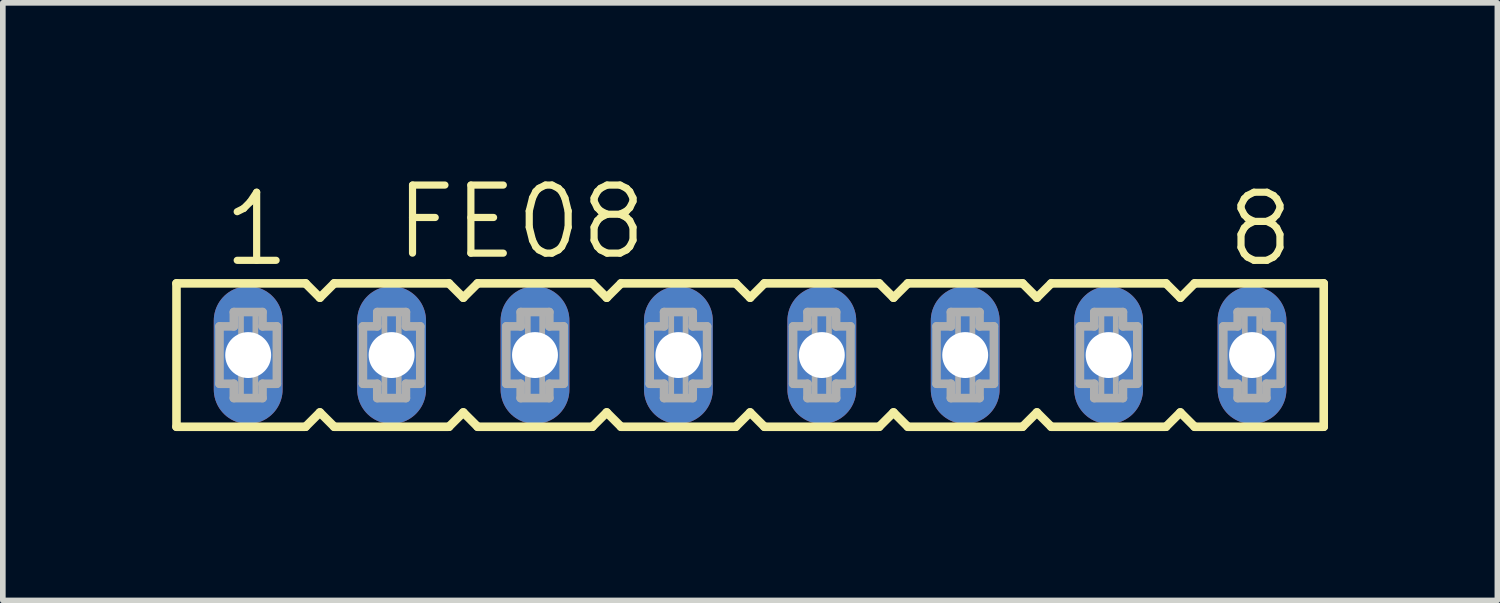
<source format=kicad_pcb>
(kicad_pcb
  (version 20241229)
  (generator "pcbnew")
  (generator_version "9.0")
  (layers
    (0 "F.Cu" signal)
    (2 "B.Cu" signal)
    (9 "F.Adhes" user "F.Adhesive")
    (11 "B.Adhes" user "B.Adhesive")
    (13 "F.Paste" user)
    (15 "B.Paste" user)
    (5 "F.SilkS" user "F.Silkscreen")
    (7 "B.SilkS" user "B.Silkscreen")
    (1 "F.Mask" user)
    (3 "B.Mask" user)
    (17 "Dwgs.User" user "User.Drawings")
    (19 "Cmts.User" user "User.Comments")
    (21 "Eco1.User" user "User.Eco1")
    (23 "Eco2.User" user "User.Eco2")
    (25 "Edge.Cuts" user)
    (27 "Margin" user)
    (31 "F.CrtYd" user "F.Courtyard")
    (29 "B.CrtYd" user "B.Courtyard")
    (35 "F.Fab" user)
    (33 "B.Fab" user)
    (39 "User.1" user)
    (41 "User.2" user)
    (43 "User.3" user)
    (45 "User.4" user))
  (footprint "FE08"
    (layer "F.Cu")
    (at 10.236 3.239)
    (property "Reference" "FE08" (at -6.35 -1.651 0) (layer "F.SilkS") (effects (font (size 1.206 1.206) (thickness 0.127)) (justify left bottom)))
    (attr through_hole)
    (fp_line (start -10.16 -1.27) (end -10.16 1.27) (stroke (width 0.152) (type solid)) (layer "F.SilkS"))
    (fp_line (start -10.16 1.27) (end -7.874 1.27) (stroke (width 0.152) (type solid)) (layer "F.SilkS"))
    (fp_line (start -7.874 -1.27) (end -10.16 -1.27) (stroke (width 0.152) (type solid)) (layer "F.SilkS"))
    (fp_line (start -7.874 1.27) (end -7.62 1.016) (stroke (width 0.152) (type solid)) (layer "F.SilkS"))
    (fp_line (start -7.62 -1.016) (end -7.874 -1.27) (stroke (width 0.152) (type solid)) (layer "F.SilkS"))
    (fp_line (start -7.62 1.016) (end -7.366 1.27) (stroke (width 0.152) (type solid)) (layer "F.SilkS"))
    (fp_line (start -7.366 -1.27) (end -7.62 -1.016) (stroke (width 0.152) (type solid)) (layer "F.SilkS"))
    (fp_line (start -7.366 1.27) (end -5.334 1.27) (stroke (width 0.152) (type solid)) (layer "F.SilkS"))
    (fp_line (start -5.334 -1.27) (end -7.366 -1.27) (stroke (width 0.152) (type solid)) (layer "F.SilkS"))
    (fp_line (start -5.334 1.27) (end -5.08 1.016) (stroke (width 0.152) (type solid)) (layer "F.SilkS"))
    (fp_line (start -5.08 -1.016) (end -5.334 -1.27) (stroke (width 0.152) (type solid)) (layer "F.SilkS"))
    (fp_line (start -5.08 1.016) (end -4.826 1.27) (stroke (width 0.152) (type solid)) (layer "F.SilkS"))
    (fp_line (start -4.826 -1.27) (end -5.08 -1.016) (stroke (width 0.152) (type solid)) (layer "F.SilkS"))
    (fp_line (start -4.826 1.27) (end -2.794 1.27) (stroke (width 0.152) (type solid)) (layer "F.SilkS"))
    (fp_line (start -2.794 -1.27) (end -4.826 -1.27) (stroke (width 0.152) (type solid)) (layer "F.SilkS"))
    (fp_line (start -2.794 1.27) (end -2.54 1.016) (stroke (width 0.152) (type solid)) (layer "F.SilkS"))
    (fp_line (start -2.54 -1.016) (end -2.794 -1.27) (stroke (width 0.152) (type solid)) (layer "F.SilkS"))
    (fp_line (start -2.54 1.016) (end -2.286 1.27) (stroke (width 0.152) (type solid)) (layer "F.SilkS"))
    (fp_line (start -2.286 -1.27) (end -2.54 -1.016) (stroke (width 0.152) (type solid)) (layer "F.SilkS"))
    (fp_line (start -2.286 1.27) (end -0.254 1.27) (stroke (width 0.152) (type solid)) (layer "F.SilkS"))
    (fp_line (start -0.254 -1.27) (end -2.286 -1.27) (stroke (width 0.152) (type solid)) (layer "F.SilkS"))
    (fp_line (start -0.254 1.27) (end 0 1.016) (stroke (width 0.152) (type solid)) (layer "F.SilkS"))
    (fp_line (start 0 -1.016) (end -0.254 -1.27) (stroke (width 0.152) (type solid)) (layer "F.SilkS"))
    (fp_line (start 0 1.016) (end 0.254 1.27) (stroke (width 0.152) (type solid)) (layer "F.SilkS"))
    (fp_line (start 0.254 -1.27) (end 0 -1.016) (stroke (width 0.152) (type solid)) (layer "F.SilkS"))
    (fp_line (start 0.254 1.27) (end 2.286 1.27) (stroke (width 0.152) (type solid)) (layer "F.SilkS"))
    (fp_line (start 2.286 -1.27) (end 0.254 -1.27) (stroke (width 0.152) (type solid)) (layer "F.SilkS"))
    (fp_line (start 2.286 1.27) (end 2.54 1.016) (stroke (width 0.152) (type solid)) (layer "F.SilkS"))
    (fp_line (start 2.54 -1.016) (end 2.286 -1.27) (stroke (width 0.152) (type solid)) (layer "F.SilkS"))
    (fp_line (start 2.54 1.016) (end 2.794 1.27) (stroke (width 0.152) (type solid)) (layer "F.SilkS"))
    (fp_line (start 2.794 -1.27) (end 2.54 -1.016) (stroke (width 0.152) (type solid)) (layer "F.SilkS"))
    (fp_line (start 2.794 1.27) (end 4.826 1.27) (stroke (width 0.152) (type solid)) (layer "F.SilkS"))
    (fp_line (start 4.826 -1.27) (end 2.794 -1.27) (stroke (width 0.152) (type solid)) (layer "F.SilkS"))
    (fp_line (start 4.826 1.27) (end 5.08 1.016) (stroke (width 0.152) (type solid)) (layer "F.SilkS"))
    (fp_line (start 5.08 -1.016) (end 4.826 -1.27) (stroke (width 0.152) (type solid)) (layer "F.SilkS"))
    (fp_line (start 5.08 1.016) (end 5.334 1.27) (stroke (width 0.152) (type solid)) (layer "F.SilkS"))
    (fp_line (start 5.334 -1.27) (end 5.08 -1.016) (stroke (width 0.152) (type solid)) (layer "F.SilkS"))
    (fp_line (start 5.334 1.27) (end 7.366 1.27) (stroke (width 0.152) (type solid)) (layer "F.SilkS"))
    (fp_line (start 7.366 -1.27) (end 5.334 -1.27) (stroke (width 0.152) (type solid)) (layer "F.SilkS"))
    (fp_line (start 7.366 1.27) (end 7.62 1.016) (stroke (width 0.152) (type solid)) (layer "F.SilkS"))
    (fp_line (start 7.62 -1.016) (end 7.366 -1.27) (stroke (width 0.152) (type solid)) (layer "F.SilkS"))
    (fp_line (start 7.62 1.016) (end 7.874 1.27) (stroke (width 0.152) (type solid)) (layer "F.SilkS"))
    (fp_line (start 7.874 -1.27) (end 7.62 -1.016) (stroke (width 0.152) (type solid)) (layer "F.SilkS"))
    (fp_line (start 7.874 1.27) (end 10.16 1.27) (stroke (width 0.152) (type solid)) (layer "F.SilkS"))
    (fp_line (start 10.16 -1.27) (end 7.874 -1.27) (stroke (width 0.152) (type solid)) (layer "F.SilkS"))
    (fp_line (start 10.16 1.27) (end 10.16 -1.27) (stroke (width 0.152) (type solid)) (layer "F.SilkS"))
    (fp_line (start -9.398 -0.508) (end -9.398 0.508) (stroke (width 0.152) (type solid)) (layer "F.Fab"))
    (fp_line (start -9.398 0.508) (end -9.144 0.508) (stroke (width 0.152) (type solid)) (layer "F.Fab"))
    (fp_line (start -9.144 -0.762) (end -9.144 -0.508) (stroke (width 0.152) (type solid)) (layer "F.Fab"))
    (fp_line (start -9.144 -0.508) (end -9.398 -0.508) (stroke (width 0.152) (type solid)) (layer "F.Fab"))
    (fp_line (start -9.144 0.508) (end -9.144 0.762) (stroke (width 0.152) (type solid)) (layer "F.Fab"))
    (fp_line (start -9.144 0.762) (end -8.636 0.762) (stroke (width 0.152) (type solid)) (layer "F.Fab"))
    (fp_line (start -8.636 -0.762) (end -9.144 -0.762) (stroke (width 0.152) (type solid)) (layer "F.Fab"))
    (fp_line (start -8.636 -0.508) (end -8.636 -0.762) (stroke (width 0.152) (type solid)) (layer "F.Fab"))
    (fp_line (start -8.636 0.508) (end -8.382 0.508) (stroke (width 0.152) (type solid)) (layer "F.Fab"))
    (fp_line (start -8.636 0.762) (end -8.636 0.508) (stroke (width 0.152) (type solid)) (layer "F.Fab"))
    (fp_line (start -8.382 -0.508) (end -8.636 -0.508) (stroke (width 0.152) (type solid)) (layer "F.Fab"))
    (fp_line (start -8.382 0.508) (end -8.382 -0.508) (stroke (width 0.152) (type solid)) (layer "F.Fab"))
    (fp_line (start -6.858 -0.508) (end -6.858 0.508) (stroke (width 0.152) (type solid)) (layer "F.Fab"))
    (fp_line (start -6.858 0.508) (end -6.604 0.508) (stroke (width 0.152) (type solid)) (layer "F.Fab"))
    (fp_line (start -6.604 -0.762) (end -6.604 -0.508) (stroke (width 0.152) (type solid)) (layer "F.Fab"))
    (fp_line (start -6.604 -0.508) (end -6.858 -0.508) (stroke (width 0.152) (type solid)) (layer "F.Fab"))
    (fp_line (start -6.604 0.508) (end -6.604 0.762) (stroke (width 0.152) (type solid)) (layer "F.Fab"))
    (fp_line (start -6.604 0.762) (end -6.096 0.762) (stroke (width 0.152) (type solid)) (layer "F.Fab"))
    (fp_line (start -6.096 -0.762) (end -6.604 -0.762) (stroke (width 0.152) (type solid)) (layer "F.Fab"))
    (fp_line (start -6.096 -0.508) (end -6.096 -0.762) (stroke (width 0.152) (type solid)) (layer "F.Fab"))
    (fp_line (start -6.096 0.508) (end -5.842 0.508) (stroke (width 0.152) (type solid)) (layer "F.Fab"))
    (fp_line (start -6.096 0.762) (end -6.096 0.508) (stroke (width 0.152) (type solid)) (layer "F.Fab"))
    (fp_line (start -5.842 -0.508) (end -6.096 -0.508) (stroke (width 0.152) (type solid)) (layer "F.Fab"))
    (fp_line (start -5.842 0.508) (end -5.842 -0.508) (stroke (width 0.152) (type solid)) (layer "F.Fab"))
    (fp_line (start -4.318 -0.508) (end -4.318 0.508) (stroke (width 0.152) (type solid)) (layer "F.Fab"))
    (fp_line (start -4.318 0.508) (end -4.064 0.508) (stroke (width 0.152) (type solid)) (layer "F.Fab"))
    (fp_line (start -4.064 -0.762) (end -4.064 -0.508) (stroke (width 0.152) (type solid)) (layer "F.Fab"))
    (fp_line (start -4.064 -0.508) (end -4.318 -0.508) (stroke (width 0.152) (type solid)) (layer "F.Fab"))
    (fp_line (start -4.064 0.508) (end -4.064 0.762) (stroke (width 0.152) (type solid)) (layer "F.Fab"))
    (fp_line (start -4.064 0.762) (end -3.556 0.762) (stroke (width 0.152) (type solid)) (layer "F.Fab"))
    (fp_line (start -3.556 -0.762) (end -4.064 -0.762) (stroke (width 0.152) (type solid)) (layer "F.Fab"))
    (fp_line (start -3.556 -0.508) (end -3.556 -0.762) (stroke (width 0.152) (type solid)) (layer "F.Fab"))
    (fp_line (start -3.556 0.508) (end -3.302 0.508) (stroke (width 0.152) (type solid)) (layer "F.Fab"))
    (fp_line (start -3.556 0.762) (end -3.556 0.508) (stroke (width 0.152) (type solid)) (layer "F.Fab"))
    (fp_line (start -3.302 -0.508) (end -3.556 -0.508) (stroke (width 0.152) (type solid)) (layer "F.Fab"))
    (fp_line (start -3.302 0.508) (end -3.302 -0.508) (stroke (width 0.152) (type solid)) (layer "F.Fab"))
    (fp_line (start -1.778 -0.508) (end -1.778 0.508) (stroke (width 0.152) (type solid)) (layer "F.Fab"))
    (fp_line (start -1.778 0.508) (end -1.524 0.508) (stroke (width 0.152) (type solid)) (layer "F.Fab"))
    (fp_line (start -1.524 -0.762) (end -1.524 -0.508) (stroke (width 0.152) (type solid)) (layer "F.Fab"))
    (fp_line (start -1.524 -0.508) (end -1.778 -0.508) (stroke (width 0.152) (type solid)) (layer "F.Fab"))
    (fp_line (start -1.524 0.508) (end -1.524 0.762) (stroke (width 0.152) (type solid)) (layer "F.Fab"))
    (fp_line (start -1.524 0.762) (end -1.016 0.762) (stroke (width 0.152) (type solid)) (layer "F.Fab"))
    (fp_line (start -1.016 -0.762) (end -1.524 -0.762) (stroke (width 0.152) (type solid)) (layer "F.Fab"))
    (fp_line (start -1.016 -0.508) (end -1.016 -0.762) (stroke (width 0.152) (type solid)) (layer "F.Fab"))
    (fp_line (start -1.016 0.508) (end -0.762 0.508) (stroke (width 0.152) (type solid)) (layer "F.Fab"))
    (fp_line (start -1.016 0.762) (end -1.016 0.508) (stroke (width 0.152) (type solid)) (layer "F.Fab"))
    (fp_line (start -0.762 -0.508) (end -1.016 -0.508) (stroke (width 0.152) (type solid)) (layer "F.Fab"))
    (fp_line (start -0.762 0.508) (end -0.762 -0.508) (stroke (width 0.152) (type solid)) (layer "F.Fab"))
    (fp_line (start 0.762 -0.508) (end 0.762 0.508) (stroke (width 0.152) (type solid)) (layer "F.Fab"))
    (fp_line (start 0.762 0.508) (end 1.016 0.508) (stroke (width 0.152) (type solid)) (layer "F.Fab"))
    (fp_line (start 1.016 -0.762) (end 1.016 -0.508) (stroke (width 0.152) (type solid)) (layer "F.Fab"))
    (fp_line (start 1.016 -0.508) (end 0.762 -0.508) (stroke (width 0.152) (type solid)) (layer "F.Fab"))
    (fp_line (start 1.016 0.508) (end 1.016 0.762) (stroke (width 0.152) (type solid)) (layer "F.Fab"))
    (fp_line (start 1.016 0.762) (end 1.524 0.762) (stroke (width 0.152) (type solid)) (layer "F.Fab"))
    (fp_line (start 1.524 -0.762) (end 1.016 -0.762) (stroke (width 0.152) (type solid)) (layer "F.Fab"))
    (fp_line (start 1.524 -0.508) (end 1.524 -0.762) (stroke (width 0.152) (type solid)) (layer "F.Fab"))
    (fp_line (start 1.524 0.508) (end 1.778 0.508) (stroke (width 0.152) (type solid)) (layer "F.Fab"))
    (fp_line (start 1.524 0.762) (end 1.524 0.508) (stroke (width 0.152) (type solid)) (layer "F.Fab"))
    (fp_line (start 1.778 -0.508) (end 1.524 -0.508) (stroke (width 0.152) (type solid)) (layer "F.Fab"))
    (fp_line (start 1.778 0.508) (end 1.778 -0.508) (stroke (width 0.152) (type solid)) (layer "F.Fab"))
    (fp_line (start 3.302 -0.508) (end 3.302 0.508) (stroke (width 0.152) (type solid)) (layer "F.Fab"))
    (fp_line (start 3.302 0.508) (end 3.556 0.508) (stroke (width 0.152) (type solid)) (layer "F.Fab"))
    (fp_line (start 3.556 -0.762) (end 3.556 -0.508) (stroke (width 0.152) (type solid)) (layer "F.Fab"))
    (fp_line (start 3.556 -0.508) (end 3.302 -0.508) (stroke (width 0.152) (type solid)) (layer "F.Fab"))
    (fp_line (start 3.556 0.508) (end 3.556 0.762) (stroke (width 0.152) (type solid)) (layer "F.Fab"))
    (fp_line (start 3.556 0.762) (end 4.064 0.762) (stroke (width 0.152) (type solid)) (layer "F.Fab"))
    (fp_line (start 4.064 -0.762) (end 3.556 -0.762) (stroke (width 0.152) (type solid)) (layer "F.Fab"))
    (fp_line (start 4.064 -0.508) (end 4.064 -0.762) (stroke (width 0.152) (type solid)) (layer "F.Fab"))
    (fp_line (start 4.064 0.508) (end 4.318 0.508) (stroke (width 0.152) (type solid)) (layer "F.Fab"))
    (fp_line (start 4.064 0.762) (end 4.064 0.508) (stroke (width 0.152) (type solid)) (layer "F.Fab"))
    (fp_line (start 4.318 -0.508) (end 4.064 -0.508) (stroke (width 0.152) (type solid)) (layer "F.Fab"))
    (fp_line (start 4.318 0.508) (end 4.318 -0.508) (stroke (width 0.152) (type solid)) (layer "F.Fab"))
    (fp_line (start 5.842 -0.508) (end 5.842 0.508) (stroke (width 0.152) (type solid)) (layer "F.Fab"))
    (fp_line (start 5.842 0.508) (end 6.096 0.508) (stroke (width 0.152) (type solid)) (layer "F.Fab"))
    (fp_line (start 6.096 -0.762) (end 6.096 -0.508) (stroke (width 0.152) (type solid)) (layer "F.Fab"))
    (fp_line (start 6.096 -0.508) (end 5.842 -0.508) (stroke (width 0.152) (type solid)) (layer "F.Fab"))
    (fp_line (start 6.096 0.508) (end 6.096 0.762) (stroke (width 0.152) (type solid)) (layer "F.Fab"))
    (fp_line (start 6.096 0.762) (end 6.604 0.762) (stroke (width 0.152) (type solid)) (layer "F.Fab"))
    (fp_line (start 6.604 -0.762) (end 6.096 -0.762) (stroke (width 0.152) (type solid)) (layer "F.Fab"))
    (fp_line (start 6.604 -0.508) (end 6.604 -0.762) (stroke (width 0.152) (type solid)) (layer "F.Fab"))
    (fp_line (start 6.604 0.508) (end 6.858 0.508) (stroke (width 0.152) (type solid)) (layer "F.Fab"))
    (fp_line (start 6.604 0.762) (end 6.604 0.508) (stroke (width 0.152) (type solid)) (layer "F.Fab"))
    (fp_line (start 6.858 -0.508) (end 6.604 -0.508) (stroke (width 0.152) (type solid)) (layer "F.Fab"))
    (fp_line (start 6.858 0.508) (end 6.858 -0.508) (stroke (width 0.152) (type solid)) (layer "F.Fab"))
    (fp_line (start 8.382 -0.508) (end 8.382 0.508) (stroke (width 0.152) (type solid)) (layer "F.Fab"))
    (fp_line (start 8.382 0.508) (end 8.636 0.508) (stroke (width 0.152) (type solid)) (layer "F.Fab"))
    (fp_line (start 8.636 -0.762) (end 8.636 -0.508) (stroke (width 0.152) (type solid)) (layer "F.Fab"))
    (fp_line (start 8.636 -0.508) (end 8.382 -0.508) (stroke (width 0.152) (type solid)) (layer "F.Fab"))
    (fp_line (start 8.636 0.508) (end 8.636 0.762) (stroke (width 0.152) (type solid)) (layer "F.Fab"))
    (fp_line (start 8.636 0.762) (end 9.144 0.762) (stroke (width 0.152) (type solid)) (layer "F.Fab"))
    (fp_line (start 9.144 -0.762) (end 8.636 -0.762) (stroke (width 0.152) (type solid)) (layer "F.Fab"))
    (fp_line (start 9.144 -0.508) (end 9.144 -0.762) (stroke (width 0.152) (type solid)) (layer "F.Fab"))
    (fp_line (start 9.144 0.508) (end 9.398 0.508) (stroke (width 0.152) (type solid)) (layer "F.Fab"))
    (fp_line (start 9.144 0.762) (end 9.144 0.508) (stroke (width 0.152) (type solid)) (layer "F.Fab"))
    (fp_line (start 9.398 -0.508) (end 9.144 -0.508) (stroke (width 0.152) (type solid)) (layer "F.Fab"))
    (fp_line (start 9.398 0.508) (end 9.398 -0.508) (stroke (width 0.152) (type solid)) (layer "F.Fab"))
    (fp_poly (pts (xy -9.017 -0.254) (xy -8.763 -0.254) (xy -8.763 -0.762) (xy -9.017 -0.762)) (stroke (width 0.1) (type solid)) (fill no) (layer "F.Fab"))
    (fp_poly (pts (xy -9.017 0.762) (xy -8.763 0.762) (xy -8.763 0.254) (xy -9.017 0.254)) (stroke (width 0.1) (type solid)) (fill no) (layer "F.Fab"))
    (fp_poly (pts (xy -6.477 -0.254) (xy -6.223 -0.254) (xy -6.223 -0.762) (xy -6.477 -0.762)) (stroke (width 0.1) (type solid)) (fill no) (layer "F.Fab"))
    (fp_poly (pts (xy -6.477 0.762) (xy -6.223 0.762) (xy -6.223 0.254) (xy -6.477 0.254)) (stroke (width 0.1) (type solid)) (fill no) (layer "F.Fab"))
    (fp_poly (pts (xy -3.937 -0.254) (xy -3.683 -0.254) (xy -3.683 -0.762) (xy -3.937 -0.762)) (stroke (width 0.1) (type solid)) (fill no) (layer "F.Fab"))
    (fp_poly (pts (xy -3.937 0.762) (xy -3.683 0.762) (xy -3.683 0.254) (xy -3.937 0.254)) (stroke (width 0.1) (type solid)) (fill no) (layer "F.Fab"))
    (fp_poly (pts (xy -1.397 -0.254) (xy -1.143 -0.254) (xy -1.143 -0.762) (xy -1.397 -0.762)) (stroke (width 0.1) (type solid)) (fill no) (layer "F.Fab"))
    (fp_poly (pts (xy -1.397 0.762) (xy -1.143 0.762) (xy -1.143 0.254) (xy -1.397 0.254)) (stroke (width 0.1) (type solid)) (fill no) (layer "F.Fab"))
    (fp_poly (pts (xy 1.143 -0.254) (xy 1.397 -0.254) (xy 1.397 -0.762) (xy 1.143 -0.762)) (stroke (width 0.1) (type solid)) (fill no) (layer "F.Fab"))
    (fp_poly (pts (xy 1.143 0.762) (xy 1.397 0.762) (xy 1.397 0.254) (xy 1.143 0.254)) (stroke (width 0.1) (type solid)) (fill no) (layer "F.Fab"))
    (fp_poly (pts (xy 3.683 -0.254) (xy 3.937 -0.254) (xy 3.937 -0.762) (xy 3.683 -0.762)) (stroke (width 0.1) (type solid)) (fill no) (layer "F.Fab"))
    (fp_poly (pts (xy 3.683 0.762) (xy 3.937 0.762) (xy 3.937 0.254) (xy 3.683 0.254)) (stroke (width 0.1) (type solid)) (fill no) (layer "F.Fab"))
    (fp_poly (pts (xy 6.223 -0.254) (xy 6.477 -0.254) (xy 6.477 -0.762) (xy 6.223 -0.762)) (stroke (width 0.1) (type solid)) (fill no) (layer "F.Fab"))
    (fp_poly (pts (xy 6.223 0.762) (xy 6.477 0.762) (xy 6.477 0.254) (xy 6.223 0.254)) (stroke (width 0.1) (type solid)) (fill no) (layer "F.Fab"))
    (fp_poly (pts (xy 8.763 -0.254) (xy 9.017 -0.254) (xy 9.017 -0.762) (xy 8.763 -0.762)) (stroke (width 0.1) (type solid)) (fill no) (layer "F.Fab"))
    (fp_poly (pts (xy 8.763 0.762) (xy 9.017 0.762) (xy 9.017 0.254) (xy 8.763 0.254)) (stroke (width 0.1) (type solid)) (fill no) (layer "F.Fab"))
    (fp_text user "8" (at 8.382 -1.524 0) (layer "F.SilkS") (effects (font (size 1.206 1.206) (thickness 0.127)) (justify left bottom)))
    (fp_text user "1" (at -9.398 -1.524 0) (layer "F.SilkS") (effects (font (size 1.206 1.206) (thickness 0.127)) (justify left bottom)))
    (pad "1" thru_hole oval (at -8.89 0 90) (size 2.438 1.219) (drill 0.813) (layers "*.Cu" "*.Mask"))
    (pad "2" thru_hole oval (at -6.35 0 90) (size 2.438 1.219) (drill 0.813) (layers "*.Cu" "*.Mask"))
    (pad "3" thru_hole oval (at -3.81 0 90) (size 2.438 1.219) (drill 0.813) (layers "*.Cu" "*.Mask"))
    (pad "4" thru_hole oval (at -1.27 0 90) (size 2.438 1.219) (drill 0.813) (layers "*.Cu" "*.Mask"))
    (pad "5" thru_hole oval (at 1.27 0 90) (size 2.438 1.219) (drill 0.813) (layers "*.Cu" "*.Mask"))
    (pad "6" thru_hole oval (at 3.81 0 90) (size 2.438 1.219) (drill 0.813) (layers "*.Cu" "*.Mask"))
    (pad "7" thru_hole oval (at 6.35 0 90) (size 2.438 1.219) (drill 0.813) (layers "*.Cu" "*.Mask"))
    (pad "8" thru_hole oval (at 8.89 0 90) (size 2.438 1.219) (drill 0.813) (layers "*.Cu" "*.Mask")))
  (gr_rect
    (start -3 -3)
    (end 23.472 7.585)
    (stroke (width 0.1) (type default))
    (fill no)
    (layer "Edge.Cuts")))
</source>
